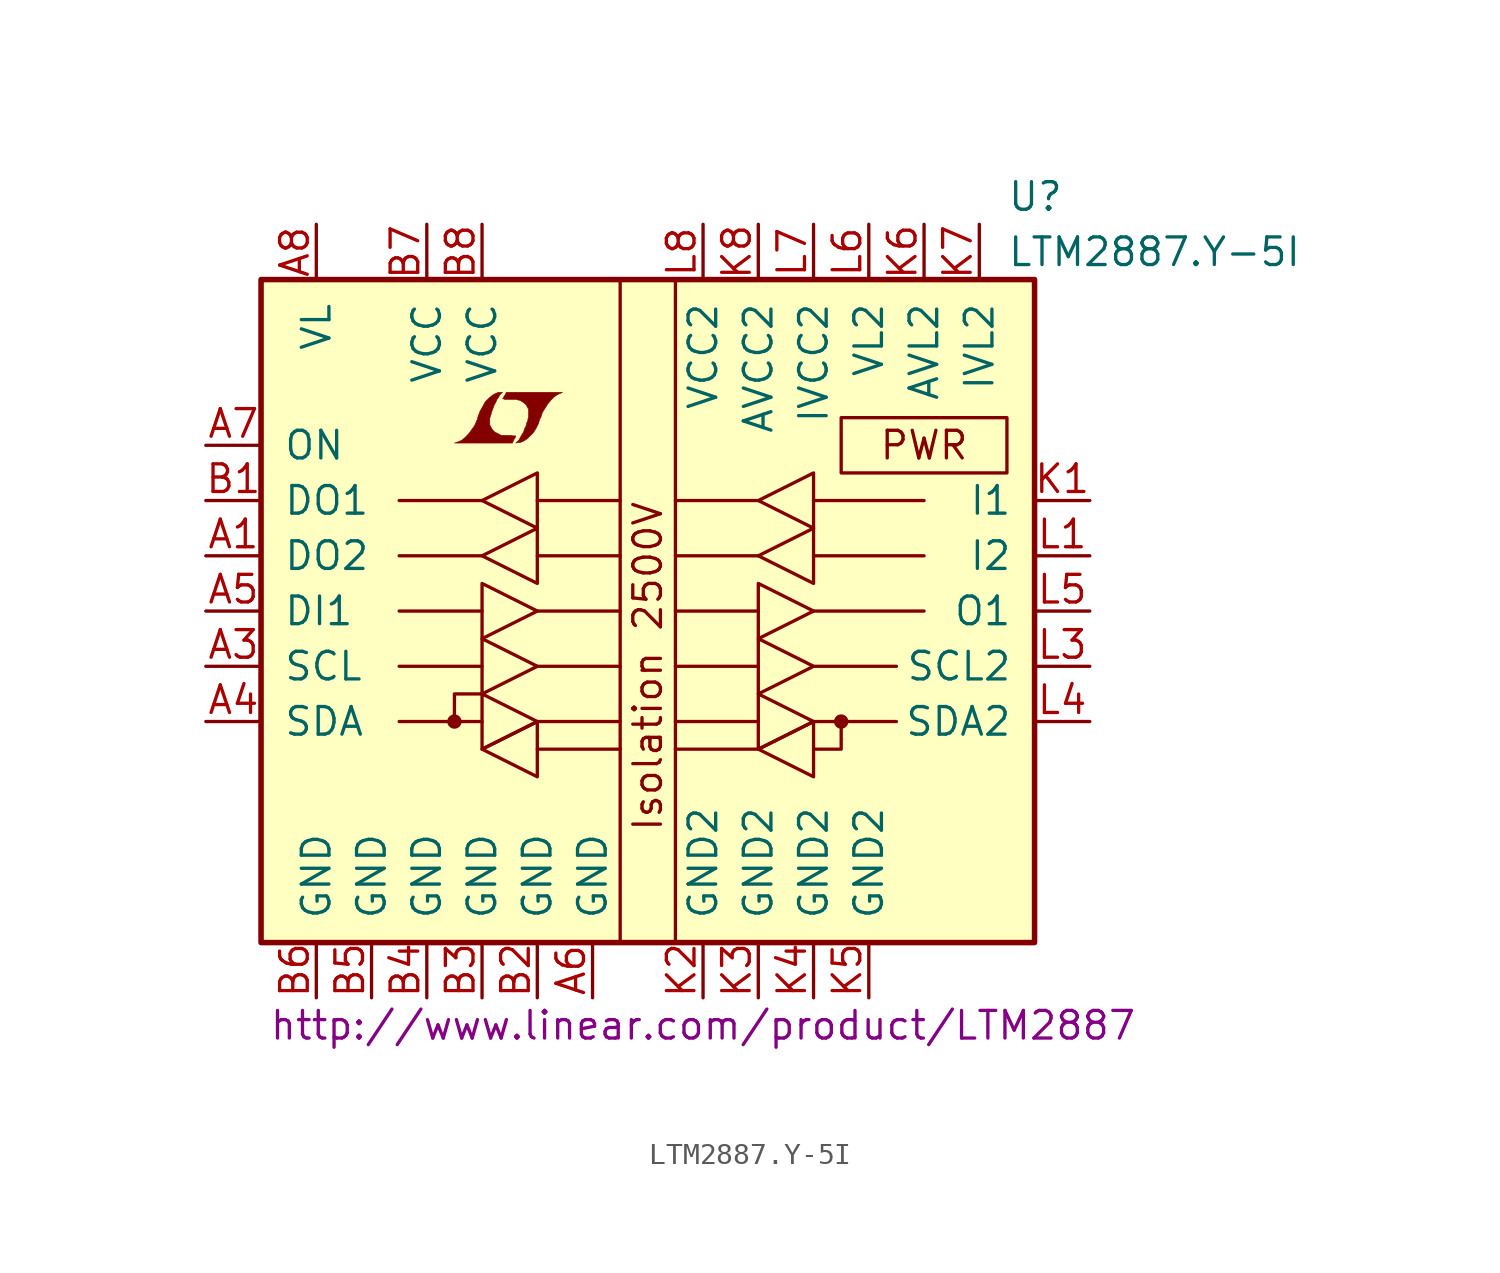
<source format=kicad_sym>
(kicad_symbol_lib
  (version 20201005)
  (generator kicad_symbol_editor)
  (symbol "LTM2887.Y-5I"
    (pin_names
      (offset 1.016))
    (property "Reference" "U"
      (at 16.51 19.05 0)
      (effects (font (size 1.27 1.27)) (justify left)))
    (property "Value" "LTM2887.Y-5I"
      (at 16.51 16.51 0)
      (effects (font (size 1.27 1.27)) (justify left)))
    (property "Datasheet" "http://www.linear.com/product/LTM2887"
      (at 2.54 -19.05 0)
      (effects (font (size 1.27 1.27))))
    (symbol "LTM2887.Y-5I_0_0"
      (text "Isolation 2500V" (at 0 -2.54 900) (effects (font (size 1.27 1.27))))
      (text "PWR" (at 12.7 7.62 0) (effects (font (size 1.27 1.27))))
      (rectangle (start 8.89 8.89) (end 16.51 6.35) (stroke (width 0)) (fill (type none)))
      (polyline (pts (xy -6.147 7.899) (xy -6.121 7.925) (xy -6.071 8.026) (xy -6.071 8.052) (xy -6.198 8.052) (xy -6.299 8.077) (xy -6.756 8.077) (xy -6.782 8.103) (xy -7.036 8.23) (xy -7.137 8.331) (xy -7.214 8.458) (xy -7.264 8.56) (xy -7.264 8.865) (xy -7.214 9.017) (xy -7.188 9.119) (xy -7.163 9.195) (xy -7.112 9.322) (xy -7.061 9.474) (xy -6.985 9.601) (xy -6.934 9.728) (xy -6.858 9.83) (xy -6.807 9.931) (xy -6.68 10.058) (xy -6.858 10.058) (xy -6.985 10.008) (xy -7.087 9.957) (xy -7.163 9.906) (xy -7.29 9.804) (xy -7.468 9.627) (xy -7.722 9.169) (xy -7.823 8.89) (xy -7.823 8.839) (xy -7.874 8.738) (xy -7.925 8.611) (xy -7.976 8.509) (xy -8.103 8.331) (xy -8.255 8.128) (xy -8.407 7.976) (xy -8.56 7.849) (xy -8.738 7.772) (xy -8.89 7.722) (xy -6.223 7.722) (xy -6.147 7.899)) (stroke (width 0.025)) (fill (type outline)))
      (polyline (pts (xy -5.944 7.747) (xy -5.867 7.747) (xy -5.69 7.823) (xy -5.537 7.925) (xy -5.258 8.204) (xy -5.131 8.407) (xy -5.029 8.611) (xy -4.953 8.865) (xy -4.928 8.865) (xy -4.851 9.119) (xy -4.597 9.525) (xy -4.445 9.703) (xy -4.293 9.855) (xy -4.14 9.957) (xy -3.962 10.033) (xy -3.937 10.033) (xy -3.937 10.058) (xy -6.502 10.058) (xy -6.579 9.906) (xy -6.604 9.881) (xy -6.655 9.779) (xy -6.68 9.754) (xy -6.629 9.754) (xy -6.579 9.728) (xy -6.045 9.728) (xy -5.994 9.703) (xy -5.944 9.703) (xy -5.867 9.677) (xy -5.74 9.601) (xy -5.613 9.5) (xy -5.537 9.373) (xy -5.512 9.322) (xy -5.486 9.296) (xy -5.486 8.89) (xy -5.512 8.839) (xy -5.512 8.763) (xy -5.563 8.661) (xy -5.588 8.534) (xy -5.664 8.382) (xy -5.715 8.23) (xy -5.867 7.976) (xy -5.918 7.874) (xy -6.071 7.722) (xy -5.944 7.747)) (stroke (width 0.025)) (fill (type outline))))
    (symbol "LTM2887.Y-5I_0_1"
      (circle (center -8.89 -5.08) (radius 0.254) (stroke (width 0)) (fill (type outline)))
      (circle (center 8.89 -5.08) (radius 0.254) (stroke (width 0)) (fill (type outline)))
      (rectangle (start -17.78 15.24) (end 17.78 -15.24) (stroke (width 0.254)) (fill (type background)))
      (rectangle (start -1.27 15.24) (end 1.27 -15.24) (stroke (width 0)) (fill (type none)))
      (polyline (pts (xy -11.43 -5.08) (xy -7.62 -5.08)) (stroke (width 0)) (fill (type none)))
      (polyline (pts (xy -11.43 -2.54) (xy -7.62 -2.54)) (stroke (width 0)) (fill (type none)))
      (polyline (pts (xy -7.62 0) (xy -11.43 0)) (stroke (width 0)) (fill (type none)))
      (polyline (pts (xy -7.62 2.54) (xy -11.43 2.54)) (stroke (width 0)) (fill (type none)))
      (polyline (pts (xy -7.62 5.08) (xy -11.43 5.08)) (stroke (width 0)) (fill (type none)))
      (polyline (pts (xy -5.08 -5.08) (xy -1.27 -5.08)) (stroke (width 0)) (fill (type none)))
      (polyline (pts (xy -5.08 -2.54) (xy -1.27 -2.54)) (stroke (width 0)) (fill (type none)))
      (polyline (pts (xy -5.08 0) (xy -1.27 0)) (stroke (width 0)) (fill (type none)))
      (polyline (pts (xy -5.08 2.54) (xy -1.27 2.54)) (stroke (width 0)) (fill (type none)))
      (polyline (pts (xy -5.08 5.08) (xy -1.27 5.08)) (stroke (width 0)) (fill (type none)))
      (polyline (pts (xy -1.27 -6.35) (xy -5.08 -6.35)) (stroke (width 0)) (fill (type none)))
      (polyline (pts (xy 1.27 -5.08) (xy 5.08 -5.08)) (stroke (width 0)) (fill (type none)))
      (polyline (pts (xy 1.27 -2.54) (xy 5.08 -2.54)) (stroke (width 0)) (fill (type none)))
      (polyline (pts (xy 5.08 -6.35) (xy 1.27 -6.35)) (stroke (width 0)) (fill (type none)))
      (polyline (pts (xy 5.08 0) (xy 1.27 0)) (stroke (width 0)) (fill (type none)))
      (polyline (pts (xy 5.08 2.54) (xy 1.27 2.54)) (stroke (width 0)) (fill (type none)))
      (polyline (pts (xy 5.08 5.08) (xy 1.27 5.08)) (stroke (width 0)) (fill (type none)))
      (polyline (pts (xy 7.62 -5.08) (xy 11.43 -5.08)) (stroke (width 0)) (fill (type none)))
      (polyline (pts (xy 7.62 -2.54) (xy 11.43 -2.54)) (stroke (width 0)) (fill (type none)))
      (polyline (pts (xy 7.62 0) (xy 12.7 0)) (stroke (width 0)) (fill (type none)))
      (polyline (pts (xy 7.62 2.54) (xy 12.7 2.54)) (stroke (width 0)) (fill (type none)))
      (polyline (pts (xy 7.62 5.08) (xy 12.7 5.08)) (stroke (width 0)) (fill (type none)))
      (polyline (pts (xy -7.62 -3.81) (xy -8.89 -3.81) (xy -8.89 -5.08)) (stroke (width 0)) (fill (type none)))
      (polyline (pts (xy 8.89 -5.08) (xy 8.89 -6.35) (xy 7.62 -6.35)) (stroke (width 0)) (fill (type none)))
      (polyline (pts (xy -7.62 -6.35) (xy -7.62 -3.81) (xy -5.08 -5.08) (xy -7.62 -6.35)) (stroke (width 0)) (fill (type none)))
      (polyline (pts (xy -7.62 -6.35) (xy -5.08 -5.08) (xy -5.08 -7.62) (xy -7.62 -6.35)) (stroke (width 0)) (fill (type none)))
      (polyline (pts (xy -7.62 5.08) (xy -5.08 6.35) (xy -5.08 3.81) (xy -7.62 5.08)) (stroke (width 0)) (fill (type none)))
      (polyline (pts (xy -5.08 -2.54) (xy -7.62 -1.27) (xy -7.62 -3.81) (xy -5.08 -2.54)) (stroke (width 0)) (fill (type none)))
      (polyline (pts (xy -5.08 0) (xy -7.62 1.27) (xy -7.62 -1.27) (xy -5.08 0)) (stroke (width 0)) (fill (type none)))
      (polyline (pts (xy -5.08 3.81) (xy -7.62 2.54) (xy -5.08 1.27) (xy -5.08 3.81)) (stroke (width 0)) (fill (type none)))
      (polyline (pts (xy 5.08 -6.35) (xy 5.08 -3.81) (xy 7.62 -5.08) (xy 5.08 -6.35)) (stroke (width 0)) (fill (type none)))
      (polyline (pts (xy 5.08 -6.35) (xy 7.62 -5.08) (xy 7.62 -7.62) (xy 5.08 -6.35)) (stroke (width 0)) (fill (type none)))
      (polyline (pts (xy 5.08 5.08) (xy 7.62 6.35) (xy 7.62 3.81) (xy 5.08 5.08)) (stroke (width 0)) (fill (type none)))
      (polyline (pts (xy 7.62 -2.54) (xy 5.08 -1.27) (xy 5.08 -3.81) (xy 7.62 -2.54)) (stroke (width 0)) (fill (type none)))
      (polyline (pts (xy 7.62 0) (xy 5.08 1.27) (xy 5.08 -1.27) (xy 7.62 0)) (stroke (width 0)) (fill (type none)))
      (polyline (pts (xy 7.62 3.81) (xy 5.08 2.54) (xy 7.62 1.27) (xy 7.62 3.81)) (stroke (width 0)) (fill (type none))))
    (symbol "LTM2887.Y-5I_1_1"
      (pin output line (at -20.32 2.54 0) (length 2.54) (name "DO2" (effects (font (size 1.27 1.27)))) (number "A1" (effects (font (size 1.27 1.27)))))
      (pin unconnected line (at -20.32 -7.62 0) (length 2.54) hide (name "DNC" (effects (font (size 1.27 1.27)))) (number "A2" (effects (font (size 1.27 1.27)))))
      (pin input line (at -20.32 -2.54 0) (length 2.54) (name "SCL" (effects (font (size 1.27 1.27)))) (number "A3" (effects (font (size 1.27 1.27)))))
      (pin bidirectional line (at -20.32 -5.08 0) (length 2.54) (name "SDA" (effects (font (size 1.27 1.27)))) (number "A4" (effects (font (size 1.27 1.27)))))
      (pin input line (at -20.32 0 0) (length 2.54) (name "DI1" (effects (font (size 1.27 1.27)))) (number "A5" (effects (font (size 1.27 1.27)))))
      (pin power_in line (at -2.54 -17.78 90) (length 2.54) (name "GND" (effects (font (size 1.27 1.27)))) (number "A6" (effects (font (size 1.27 1.27)))))
      (pin input line (at -20.32 7.62 0) (length 2.54) (name "ON" (effects (font (size 1.27 1.27)))) (number "A7" (effects (font (size 1.27 1.27)))))
      (pin power_in line (at -15.24 17.78 270) (length 2.54) (name "VL" (effects (font (size 1.27 1.27)))) (number "A8" (effects (font (size 1.27 1.27)))))
      (pin output line (at -20.32 5.08 0) (length 2.54) (name "DO1" (effects (font (size 1.27 1.27)))) (number "B1" (effects (font (size 1.27 1.27)))))
      (pin power_in line (at -5.08 -17.78 90) (length 2.54) (name "GND" (effects (font (size 1.27 1.27)))) (number "B2" (effects (font (size 1.27 1.27)))))
      (pin power_in line (at -7.62 -17.78 90) (length 2.54) (name "GND" (effects (font (size 1.27 1.27)))) (number "B3" (effects (font (size 1.27 1.27)))))
      (pin power_in line (at -10.16 -17.78 90) (length 2.54) (name "GND" (effects (font (size 1.27 1.27)))) (number "B4" (effects (font (size 1.27 1.27)))))
      (pin power_in line (at -12.7 -17.78 90) (length 2.54) (name "GND" (effects (font (size 1.27 1.27)))) (number "B5" (effects (font (size 1.27 1.27)))))
      (pin power_in line (at -15.24 -17.78 90) (length 2.54) (name "GND" (effects (font (size 1.27 1.27)))) (number "B6" (effects (font (size 1.27 1.27)))))
      (pin power_in line (at -10.16 17.78 270) (length 2.54) (name "VCC" (effects (font (size 1.27 1.27)))) (number "B7" (effects (font (size 1.27 1.27)))))
      (pin power_in line (at -7.62 17.78 270) (length 2.54) (name "VCC" (effects (font (size 1.27 1.27)))) (number "B8" (effects (font (size 1.27 1.27)))))
      (pin input line (at 20.32 5.08 180) (length 2.54) (name "I1" (effects (font (size 1.27 1.27)))) (number "K1" (effects (font (size 1.27 1.27)))))
      (pin power_out line (at 2.54 -17.78 90) (length 2.54) (name "GND2" (effects (font (size 1.27 1.27)))) (number "K2" (effects (font (size 1.27 1.27)))))
      (pin power_in line (at 5.08 -17.78 90) (length 2.54) (name "GND2" (effects (font (size 1.27 1.27)))) (number "K3" (effects (font (size 1.27 1.27)))))
      (pin power_in line (at 7.62 -17.78 90) (length 2.54) (name "GND2" (effects (font (size 1.27 1.27)))) (number "K4" (effects (font (size 1.27 1.27)))))
      (pin power_in line (at 10.16 -17.78 90) (length 2.54) (name "GND2" (effects (font (size 1.27 1.27)))) (number "K5" (effects (font (size 1.27 1.27)))))
      (pin passive line (at 12.7 17.78 270) (length 2.54) (name "AVL2" (effects (font (size 1.27 1.27)))) (number "K6" (effects (font (size 1.27 1.27)))))
      (pin passive line (at 15.24 17.78 270) (length 2.54) (name "IVL2" (effects (font (size 1.27 1.27)))) (number "K7" (effects (font (size 1.27 1.27)))))
      (pin passive line (at 5.08 17.78 270) (length 2.54) (name "AVCC2" (effects (font (size 1.27 1.27)))) (number "K8" (effects (font (size 1.27 1.27)))))
      (pin input line (at 20.32 2.54 180) (length 2.54) (name "I2" (effects (font (size 1.27 1.27)))) (number "L1" (effects (font (size 1.27 1.27)))))
      (pin unconnected line (at 20.32 -7.62 180) (length 2.54) hide (name "DNC" (effects (font (size 1.27 1.27)))) (number "L2" (effects (font (size 1.27 1.27)))))
      (pin output line (at 20.32 -2.54 180) (length 2.54) (name "SCL2" (effects (font (size 1.27 1.27)))) (number "L3" (effects (font (size 1.27 1.27)))))
      (pin bidirectional line (at 20.32 -5.08 180) (length 2.54) (name "SDA2" (effects (font (size 1.27 1.27)))) (number "L4" (effects (font (size 1.27 1.27)))))
      (pin output line (at 20.32 0 180) (length 2.54) (name "O1" (effects (font (size 1.27 1.27)))) (number "L5" (effects (font (size 1.27 1.27)))))
      (pin power_out line (at 10.16 17.78 270) (length 2.54) (name "VL2" (effects (font (size 1.27 1.27)))) (number "L6" (effects (font (size 1.27 1.27)))))
      (pin passive line (at 7.62 17.78 270) (length 2.54) (name "IVCC2" (effects (font (size 1.27 1.27)))) (number "L7" (effects (font (size 1.27 1.27)))))
      (pin power_out line (at 2.54 17.78 270) (length 2.54) (name "VCC2" (effects (font (size 1.27 1.27)))) (number "L8" (effects (font (size 1.27 1.27))))))))
</source>
